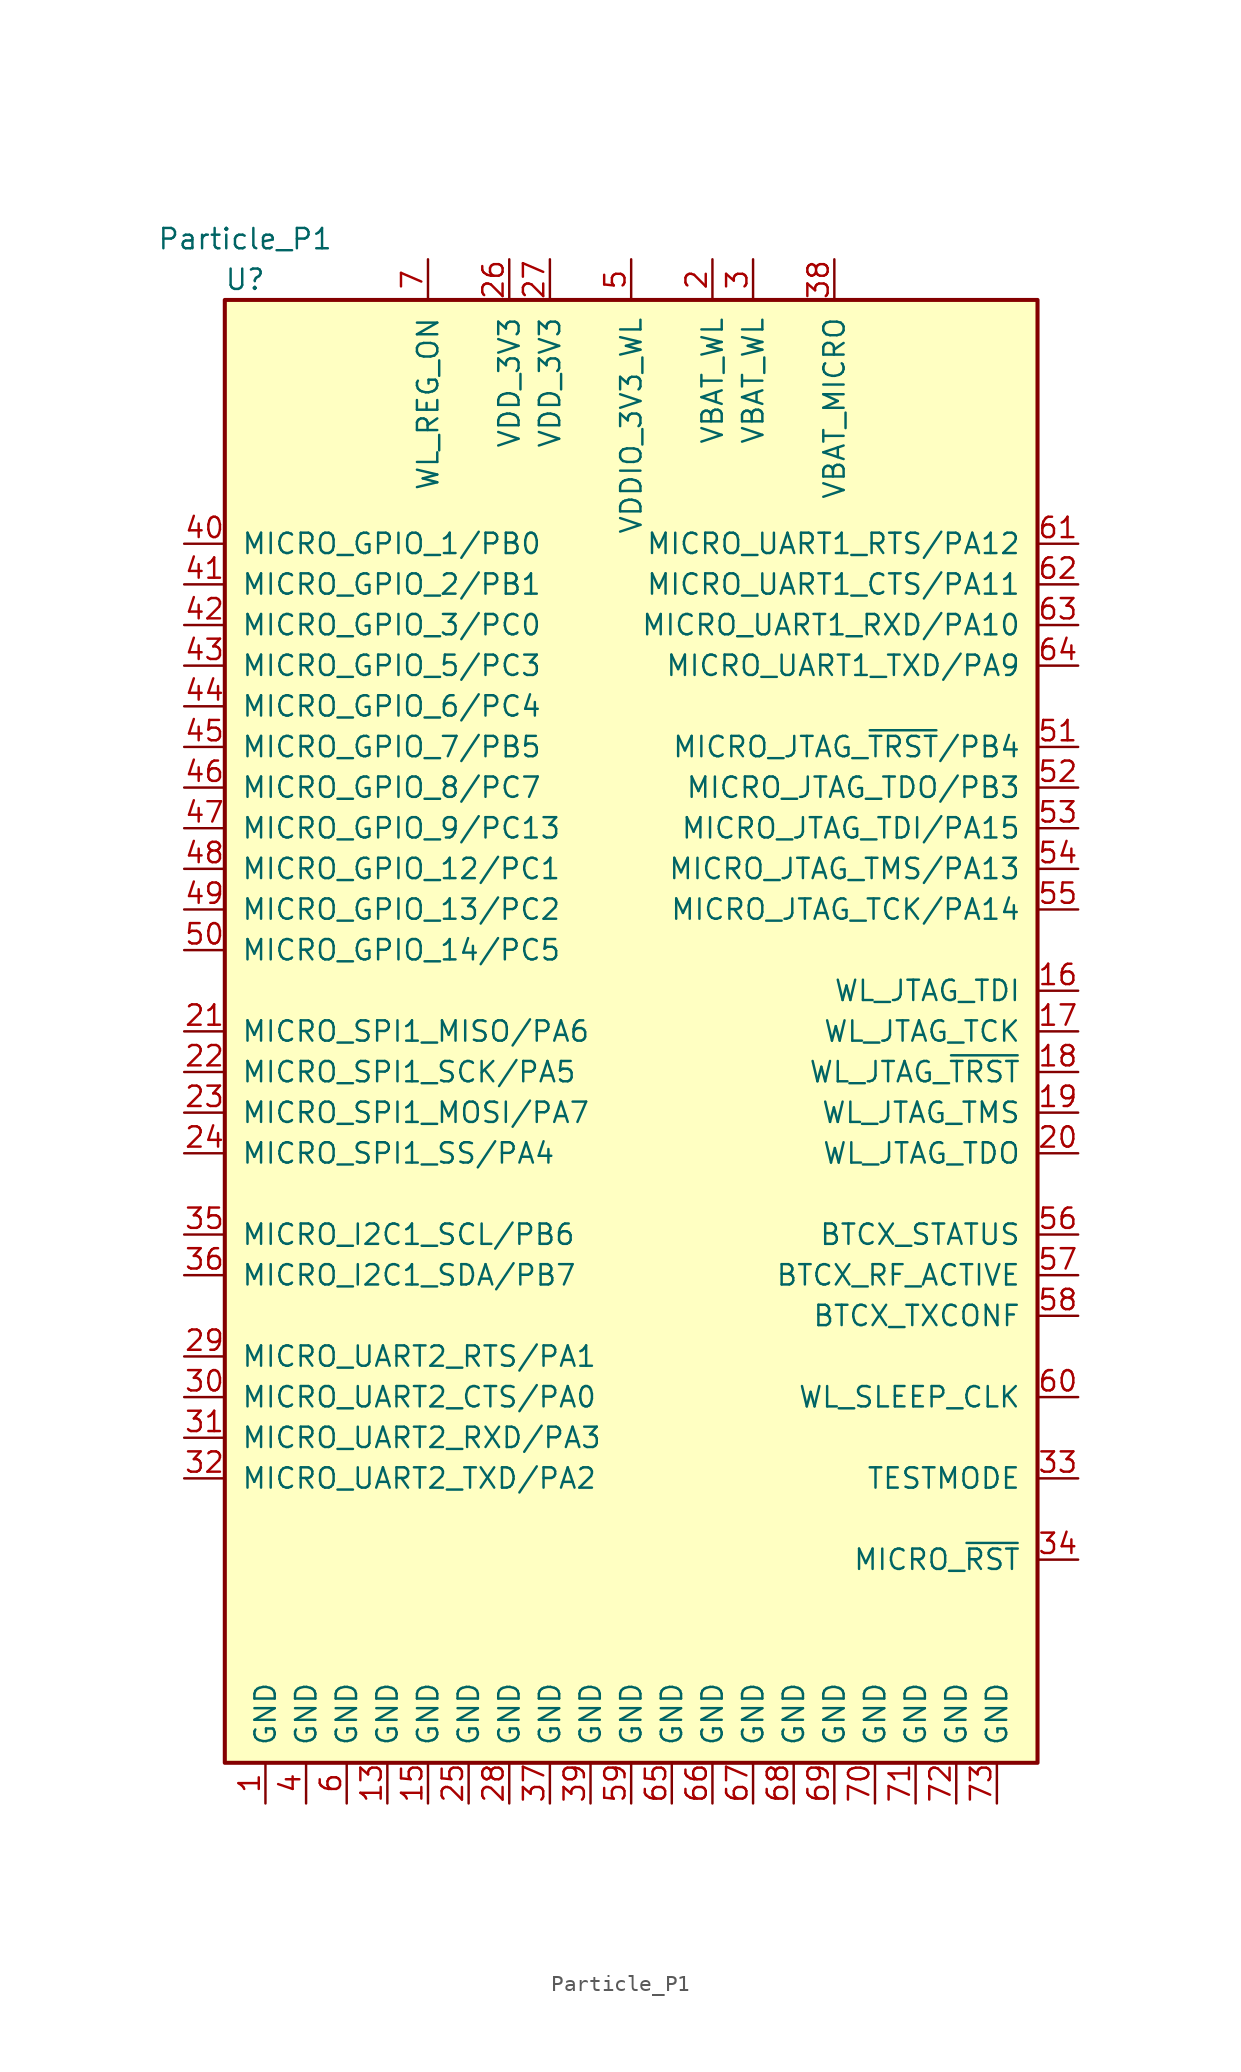
<source format=kicad_sym>
(kicad_symbol_lib
  (version 20241209)
  (generator "kicad_symbol_editor")
  (generator_version "9.0")
  (symbol "Particle_P1"
    (pin_names
      (offset 1.016))
    (property "Reference" "U"
      (at -24.13 46.99 0)
      (effects (font (size 1.27 1.27))))
    (property "Value" "Particle_P1"
      (at -24.13 49.53 0)
      (effects (font (size 1.27 1.27))))
    (symbol "Particle_P1_1_1"
      (rectangle (start -25.4 45.72) (end 25.4 -45.72) (stroke (width 0.254) (type default)) (fill (type background)))
      (pin bidirectional line (at -27.94 30.48 0) (length 2.54) (name "MICRO_GPIO_1/PB0" (effects (font (size 1.27 1.27)))) (number "40" (effects (font (size 1.27 1.27)))))
      (pin bidirectional line (at -27.94 27.94 0) (length 2.54) (name "MICRO_GPIO_2/PB1" (effects (font (size 1.27 1.27)))) (number "41" (effects (font (size 1.27 1.27)))))
      (pin bidirectional line (at -27.94 25.4 0) (length 2.54) (name "MICRO_GPIO_3/PC0" (effects (font (size 1.27 1.27)))) (number "42" (effects (font (size 1.27 1.27)))))
      (pin bidirectional line (at -27.94 22.86 0) (length 2.54) (name "MICRO_GPIO_5/PC3" (effects (font (size 1.27 1.27)))) (number "43" (effects (font (size 1.27 1.27)))))
      (pin bidirectional line (at -27.94 20.32 0) (length 2.54) (name "MICRO_GPIO_6/PC4" (effects (font (size 1.27 1.27)))) (number "44" (effects (font (size 1.27 1.27)))))
      (pin bidirectional line (at -27.94 17.78 0) (length 2.54) (name "MICRO_GPIO_7/PB5" (effects (font (size 1.27 1.27)))) (number "45" (effects (font (size 1.27 1.27)))))
      (pin bidirectional line (at -27.94 15.24 0) (length 2.54) (name "MICRO_GPIO_8/PC7" (effects (font (size 1.27 1.27)))) (number "46" (effects (font (size 1.27 1.27)))))
      (pin bidirectional line (at -27.94 12.7 0) (length 2.54) (name "MICRO_GPIO_9/PC13" (effects (font (size 1.27 1.27)))) (number "47" (effects (font (size 1.27 1.27)))))
      (pin bidirectional line (at -27.94 10.16 0) (length 2.54) (name "MICRO_GPIO_12/PC1" (effects (font (size 1.27 1.27)))) (number "48" (effects (font (size 1.27 1.27)))))
      (pin bidirectional line (at -27.94 7.62 0) (length 2.54) (name "MICRO_GPIO_13/PC2" (effects (font (size 1.27 1.27)))) (number "49" (effects (font (size 1.27 1.27)))))
      (pin bidirectional line (at -27.94 5.08 0) (length 2.54) (name "MICRO_GPIO_14/PC5" (effects (font (size 1.27 1.27)))) (number "50" (effects (font (size 1.27 1.27)))))
      (pin bidirectional line (at -27.94 0 0) (length 2.54) (name "MICRO_SPI1_MISO/PA6" (effects (font (size 1.27 1.27)))) (number "21" (effects (font (size 1.27 1.27)))))
      (pin bidirectional line (at -27.94 -2.54 0) (length 2.54) (name "MICRO_SPI1_SCK/PA5" (effects (font (size 1.27 1.27)))) (number "22" (effects (font (size 1.27 1.27)))))
      (pin bidirectional line (at -27.94 -5.08 0) (length 2.54) (name "MICRO_SPI1_MOSI/PA7" (effects (font (size 1.27 1.27)))) (number "23" (effects (font (size 1.27 1.27)))))
      (pin bidirectional line (at -27.94 -7.62 0) (length 2.54) (name "MICRO_SPI1_SS/PA4" (effects (font (size 1.27 1.27)))) (number "24" (effects (font (size 1.27 1.27)))))
      (pin bidirectional line (at -27.94 -12.7 0) (length 2.54) (name "MICRO_I2C1_SCL/PB6" (effects (font (size 1.27 1.27)))) (number "35" (effects (font (size 1.27 1.27)))))
      (pin bidirectional line (at -27.94 -15.24 0) (length 2.54) (name "MICRO_I2C1_SDA/PB7" (effects (font (size 1.27 1.27)))) (number "36" (effects (font (size 1.27 1.27)))))
      (pin bidirectional line (at -27.94 -20.32 0) (length 2.54) (name "MICRO_UART2_RTS/PA1" (effects (font (size 1.27 1.27)))) (number "29" (effects (font (size 1.27 1.27)))))
      (pin bidirectional line (at -27.94 -22.86 0) (length 2.54) (name "MICRO_UART2_CTS/PA0" (effects (font (size 1.27 1.27)))) (number "30" (effects (font (size 1.27 1.27)))))
      (pin bidirectional line (at -27.94 -25.4 0) (length 2.54) (name "MICRO_UART2_RXD/PA3" (effects (font (size 1.27 1.27)))) (number "31" (effects (font (size 1.27 1.27)))))
      (pin bidirectional line (at -27.94 -27.94 0) (length 2.54) (name "MICRO_UART2_TXD/PA2" (effects (font (size 1.27 1.27)))) (number "32" (effects (font (size 1.27 1.27)))))
      (pin no_connect line (at -25.4 40.64 0) (length 2.54) (hide yes) (name "NC" (effects (font (size 1.27 1.27)))) (number "8" (effects (font (size 1.27 1.27)))))
      (pin no_connect line (at -25.4 38.1 0) (length 2.54) (hide yes) (name "NC" (effects (font (size 1.27 1.27)))) (number "9" (effects (font (size 1.27 1.27)))))
      (pin no_connect line (at -25.4 35.56 0) (length 2.54) (hide yes) (name "NC" (effects (font (size 1.27 1.27)))) (number "10" (effects (font (size 1.27 1.27)))))
      (pin no_connect line (at -25.4 -33.02 0) (length 2.54) (hide yes) (name "PAD1" (effects (font (size 1.27 1.27)))) (number "74" (effects (font (size 1.27 1.27)))))
      (pin no_connect line (at -25.4 -35.56 0) (length 2.54) (hide yes) (name "PAD2" (effects (font (size 1.27 1.27)))) (number "75" (effects (font (size 1.27 1.27)))))
      (pin power_in line (at -22.86 -48.26 90) (length 2.54) (name "GND" (effects (font (size 1.27 1.27)))) (number "1" (effects (font (size 1.27 1.27)))))
      (pin power_in line (at -20.32 -48.26 90) (length 2.54) (name "GND" (effects (font (size 1.27 1.27)))) (number "4" (effects (font (size 1.27 1.27)))))
      (pin power_in line (at -17.78 -48.26 90) (length 2.54) (name "GND" (effects (font (size 1.27 1.27)))) (number "6" (effects (font (size 1.27 1.27)))))
      (pin power_in line (at -15.24 -48.26 90) (length 2.54) (name "GND" (effects (font (size 1.27 1.27)))) (number "13" (effects (font (size 1.27 1.27)))))
      (pin power_in line (at -12.7 48.26 270) (length 2.54) (name "WL_REG_ON" (effects (font (size 1.27 1.27)))) (number "7" (effects (font (size 1.27 1.27)))))
      (pin power_in line (at -12.7 -48.26 90) (length 2.54) (name "GND" (effects (font (size 1.27 1.27)))) (number "15" (effects (font (size 1.27 1.27)))))
      (pin power_in line (at -10.16 -48.26 90) (length 2.54) (name "GND" (effects (font (size 1.27 1.27)))) (number "25" (effects (font (size 1.27 1.27)))))
      (pin power_in line (at -7.62 48.26 270) (length 2.54) (name "VDD_3V3" (effects (font (size 1.27 1.27)))) (number "26" (effects (font (size 1.27 1.27)))))
      (pin power_in line (at -7.62 -48.26 90) (length 2.54) (name "GND" (effects (font (size 1.27 1.27)))) (number "28" (effects (font (size 1.27 1.27)))))
      (pin power_in line (at -5.08 48.26 270) (length 2.54) (name "VDD_3V3" (effects (font (size 1.27 1.27)))) (number "27" (effects (font (size 1.27 1.27)))))
      (pin power_in line (at -5.08 -48.26 90) (length 2.54) (name "GND" (effects (font (size 1.27 1.27)))) (number "37" (effects (font (size 1.27 1.27)))))
      (pin power_in line (at -2.54 -48.26 90) (length 2.54) (name "GND" (effects (font (size 1.27 1.27)))) (number "39" (effects (font (size 1.27 1.27)))))
      (pin power_in line (at 0 48.26 270) (length 2.54) (name "VDDIO_3V3_WL" (effects (font (size 1.27 1.27)))) (number "5" (effects (font (size 1.27 1.27)))))
      (pin power_in line (at 0 -48.26 90) (length 2.54) (name "GND" (effects (font (size 1.27 1.27)))) (number "59" (effects (font (size 1.27 1.27)))))
      (pin power_in line (at 2.54 -48.26 90) (length 2.54) (name "GND" (effects (font (size 1.27 1.27)))) (number "65" (effects (font (size 1.27 1.27)))))
      (pin power_in line (at 5.08 48.26 270) (length 2.54) (name "VBAT_WL" (effects (font (size 1.27 1.27)))) (number "2" (effects (font (size 1.27 1.27)))))
      (pin power_in line (at 5.08 -48.26 90) (length 2.54) (name "GND" (effects (font (size 1.27 1.27)))) (number "66" (effects (font (size 1.27 1.27)))))
      (pin power_in line (at 7.62 48.26 270) (length 2.54) (name "VBAT_WL" (effects (font (size 1.27 1.27)))) (number "3" (effects (font (size 1.27 1.27)))))
      (pin power_in line (at 7.62 -48.26 90) (length 2.54) (name "GND" (effects (font (size 1.27 1.27)))) (number "67" (effects (font (size 1.27 1.27)))))
      (pin power_in line (at 10.16 -48.26 90) (length 2.54) (name "GND" (effects (font (size 1.27 1.27)))) (number "68" (effects (font (size 1.27 1.27)))))
      (pin power_in line (at 12.7 48.26 270) (length 2.54) (name "VBAT_MICRO" (effects (font (size 1.27 1.27)))) (number "38" (effects (font (size 1.27 1.27)))))
      (pin power_in line (at 12.7 -48.26 90) (length 2.54) (name "GND" (effects (font (size 1.27 1.27)))) (number "69" (effects (font (size 1.27 1.27)))))
      (pin power_in line (at 15.24 -48.26 90) (length 2.54) (name "GND" (effects (font (size 1.27 1.27)))) (number "70" (effects (font (size 1.27 1.27)))))
      (pin power_in line (at 17.78 -48.26 90) (length 2.54) (name "GND" (effects (font (size 1.27 1.27)))) (number "71" (effects (font (size 1.27 1.27)))))
      (pin power_in line (at 20.32 -48.26 90) (length 2.54) (name "GND" (effects (font (size 1.27 1.27)))) (number "72" (effects (font (size 1.27 1.27)))))
      (pin power_in line (at 22.86 -48.26 90) (length 2.54) (name "GND" (effects (font (size 1.27 1.27)))) (number "73" (effects (font (size 1.27 1.27)))))
      (pin no_connect line (at 25.4 40.64 180) (length 2.54) (hide yes) (name "NC" (effects (font (size 1.27 1.27)))) (number "14" (effects (font (size 1.27 1.27)))))
      (pin no_connect line (at 25.4 38.1 180) (length 2.54) (hide yes) (name "NC" (effects (font (size 1.27 1.27)))) (number "12" (effects (font (size 1.27 1.27)))))
      (pin no_connect line (at 25.4 35.56 180) (length 2.54) (hide yes) (name "NC" (effects (font (size 1.27 1.27)))) (number "11" (effects (font (size 1.27 1.27)))))
      (pin bidirectional line (at 27.94 30.48 180) (length 2.54) (name "MICRO_UART1_RTS/PA12" (effects (font (size 1.27 1.27)))) (number "61" (effects (font (size 1.27 1.27)))))
      (pin bidirectional line (at 27.94 27.94 180) (length 2.54) (name "MICRO_UART1_CTS/PA11" (effects (font (size 1.27 1.27)))) (number "62" (effects (font (size 1.27 1.27)))))
      (pin bidirectional line (at 27.94 25.4 180) (length 2.54) (name "MICRO_UART1_RXD/PA10" (effects (font (size 1.27 1.27)))) (number "63" (effects (font (size 1.27 1.27)))))
      (pin bidirectional line (at 27.94 22.86 180) (length 2.54) (name "MICRO_UART1_TXD/PA9" (effects (font (size 1.27 1.27)))) (number "64" (effects (font (size 1.27 1.27)))))
      (pin bidirectional line (at 27.94 17.78 180) (length 2.54) (name "MICRO_JTAG_~{TRST}/PB4" (effects (font (size 1.27 1.27)))) (number "51" (effects (font (size 1.27 1.27)))))
      (pin bidirectional line (at 27.94 15.24 180) (length 2.54) (name "MICRO_JTAG_TDO/PB3" (effects (font (size 1.27 1.27)))) (number "52" (effects (font (size 1.27 1.27)))))
      (pin bidirectional line (at 27.94 12.7 180) (length 2.54) (name "MICRO_JTAG_TDI/PA15" (effects (font (size 1.27 1.27)))) (number "53" (effects (font (size 1.27 1.27)))))
      (pin bidirectional line (at 27.94 10.16 180) (length 2.54) (name "MICRO_JTAG_TMS/PA13" (effects (font (size 1.27 1.27)))) (number "54" (effects (font (size 1.27 1.27)))))
      (pin bidirectional line (at 27.94 7.62 180) (length 2.54) (name "MICRO_JTAG_TCK/PA14" (effects (font (size 1.27 1.27)))) (number "55" (effects (font (size 1.27 1.27)))))
      (pin input line (at 27.94 2.54 180) (length 2.54) (name "WL_JTAG_TDI" (effects (font (size 1.27 1.27)))) (number "16" (effects (font (size 1.27 1.27)))))
      (pin input line (at 27.94 0 180) (length 2.54) (name "WL_JTAG_TCK" (effects (font (size 1.27 1.27)))) (number "17" (effects (font (size 1.27 1.27)))))
      (pin input line (at 27.94 -2.54 180) (length 2.54) (name "WL_JTAG_~{TRST}" (effects (font (size 1.27 1.27)))) (number "18" (effects (font (size 1.27 1.27)))))
      (pin input line (at 27.94 -5.08 180) (length 2.54) (name "WL_JTAG_TMS" (effects (font (size 1.27 1.27)))) (number "19" (effects (font (size 1.27 1.27)))))
      (pin input line (at 27.94 -7.62 180) (length 2.54) (name "WL_JTAG_TDO" (effects (font (size 1.27 1.27)))) (number "20" (effects (font (size 1.27 1.27)))))
      (pin input line (at 27.94 -12.7 180) (length 2.54) (name "BTCX_STATUS" (effects (font (size 1.27 1.27)))) (number "56" (effects (font (size 1.27 1.27)))))
      (pin input line (at 27.94 -15.24 180) (length 2.54) (name "BTCX_RF_ACTIVE" (effects (font (size 1.27 1.27)))) (number "57" (effects (font (size 1.27 1.27)))))
      (pin output line (at 27.94 -17.78 180) (length 2.54) (name "BTCX_TXCONF" (effects (font (size 1.27 1.27)))) (number "58" (effects (font (size 1.27 1.27)))))
      (pin input line (at 27.94 -22.86 180) (length 2.54) (name "WL_SLEEP_CLK" (effects (font (size 1.27 1.27)))) (number "60" (effects (font (size 1.27 1.27)))))
      (pin bidirectional line (at 27.94 -27.94 180) (length 2.54) (name "TESTMODE" (effects (font (size 1.27 1.27)))) (number "33" (effects (font (size 1.27 1.27)))))
      (pin input line (at 27.94 -33.02 180) (length 2.54) (name "MICRO_~{RST}" (effects (font (size 1.27 1.27)))) (number "34" (effects (font (size 1.27 1.27))))))))
</source>
